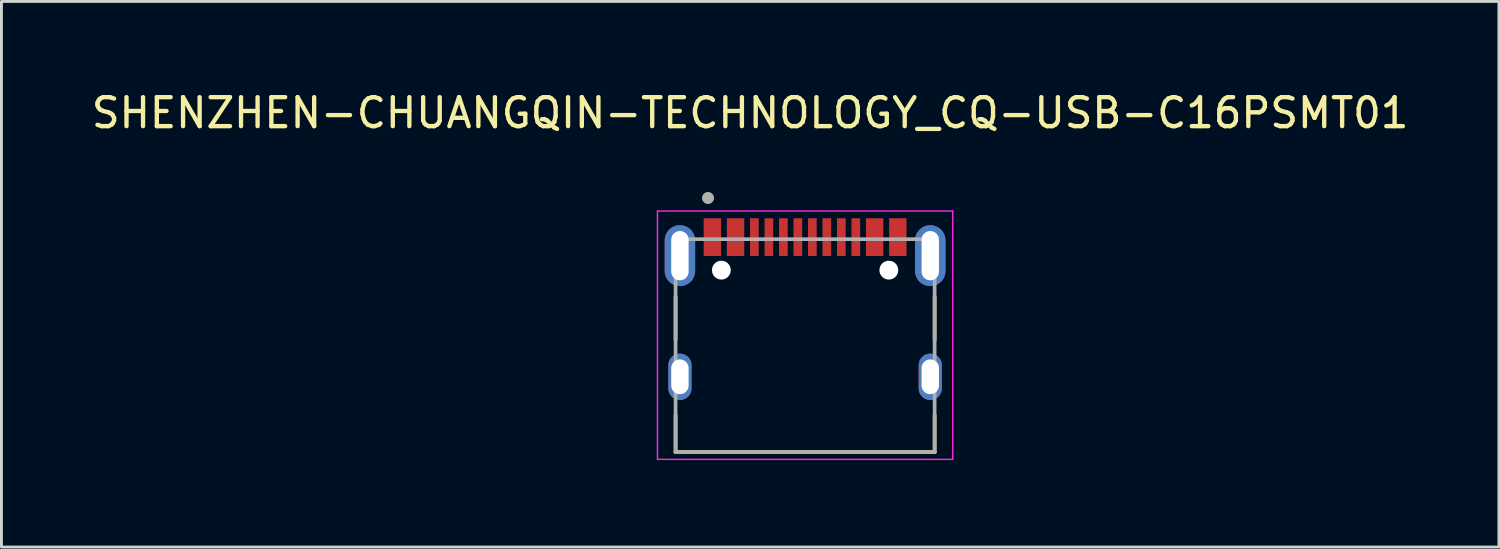
<source format=kicad_pcb>
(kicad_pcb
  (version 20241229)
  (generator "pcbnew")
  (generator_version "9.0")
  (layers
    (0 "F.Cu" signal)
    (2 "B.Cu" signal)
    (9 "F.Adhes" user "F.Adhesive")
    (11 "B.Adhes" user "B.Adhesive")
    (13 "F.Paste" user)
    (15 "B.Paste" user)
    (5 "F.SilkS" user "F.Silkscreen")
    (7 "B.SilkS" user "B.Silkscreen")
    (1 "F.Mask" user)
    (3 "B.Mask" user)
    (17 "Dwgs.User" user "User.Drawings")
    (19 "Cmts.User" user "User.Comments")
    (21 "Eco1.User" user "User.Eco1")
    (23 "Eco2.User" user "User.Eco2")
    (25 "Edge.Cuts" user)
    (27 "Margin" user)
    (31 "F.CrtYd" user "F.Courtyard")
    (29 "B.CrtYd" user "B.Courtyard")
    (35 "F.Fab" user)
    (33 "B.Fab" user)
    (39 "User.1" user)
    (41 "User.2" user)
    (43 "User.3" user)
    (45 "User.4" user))
  (footprint "SHENZHEN-CHUANGQIN-TECHNOLOGY_CQ-USB-C16PSMT01"
    (layer "F.Cu")
    (at 24.734 5.133)
    (property "Reference" "SHENZHEN-CHUANGQIN-TECHNOLOGY_CQ-USB-C16PSMT01" (at -1.895 -4.285 0) (layer "F.SilkS") (effects (font (size 1 1) (thickness 0.15))))
    (attr smd)
    (fp_line (start -4.47 2.05) (end -4.47 3.55) (stroke (width 0.127) (type solid)) (layer "F.SilkS"))
    (fp_line (start -4.47 6.15) (end -4.47 7.42) (stroke (width 0.127) (type solid)) (layer "F.SilkS"))
    (fp_line (start -4.47 7.42) (end 4.47 7.42) (stroke (width 0.127) (type solid)) (layer "F.SilkS"))
    (fp_line (start 4.47 2.05) (end 4.47 3.55) (stroke (width 0.127) (type solid)) (layer "F.SilkS"))
    (fp_line (start 4.47 7.42) (end 4.47 6.15) (stroke (width 0.127) (type solid)) (layer "F.SilkS"))
    (fp_circle (center -3.35 -1.35) (end -3.25 -1.35) (stroke (width 0.2) (type solid)) (fill no) (layer "F.SilkS"))
    (fp_line (start -5.095 -0.9) (end -5.095 7.67) (stroke (width 0.05) (type solid)) (layer "F.CrtYd"))
    (fp_line (start -5.095 7.67) (end 5.095 7.67) (stroke (width 0.05) (type solid)) (layer "F.CrtYd"))
    (fp_line (start 5.095 -0.9) (end -5.095 -0.9) (stroke (width 0.05) (type solid)) (layer "F.CrtYd"))
    (fp_line (start 5.095 7.67) (end 5.095 -0.9) (stroke (width 0.05) (type solid)) (layer "F.CrtYd"))
    (fp_line (start -4.47 0.07) (end -4.47 7.42) (stroke (width 0.127) (type solid)) (layer "F.Fab"))
    (fp_line (start -4.47 7.42) (end 4.47 7.42) (stroke (width 0.127) (type solid)) (layer "F.Fab"))
    (fp_line (start 4.47 0.07) (end -4.47 0.07) (stroke (width 0.127) (type solid)) (layer "F.Fab"))
    (fp_line (start 4.47 7.42) (end 4.47 0.07) (stroke (width 0.127) (type solid)) (layer "F.Fab"))
    (fp_circle (center -3.35 -1.35) (end -3.25 -1.35) (stroke (width 0.2) (type solid)) (fill no) (layer "F.Fab"))
    (pad "" np_thru_hole circle (at -2.89 1.14) (size 0.65 0.65) (drill 0.65) (layers "*.Cu" "*.Mask"))
    (pad "" np_thru_hole circle (at 2.89 1.14) (size 0.65 0.65) (drill 0.65) (layers "*.Cu" "*.Mask"))
    (pad "A1_B12" smd rect (at -3.2 0) (size 0.6 1.3) (layers "F.Cu" "F.Mask" "F.Paste"))
    (pad "A4_B9" smd rect (at -2.4 0) (size 0.6 1.3) (layers "F.Cu" "F.Mask" "F.Paste"))
    (pad "A5" smd rect (at -1.25 0) (size 0.3 1.3) (layers "F.Cu" "F.Mask" "F.Paste"))
    (pad "A6" smd rect (at -0.25 0) (size 0.3 1.3) (layers "F.Cu" "F.Mask" "F.Paste"))
    (pad "A7" smd rect (at 0.25 0) (size 0.3 1.3) (layers "F.Cu" "F.Mask" "F.Paste"))
    (pad "A8" smd rect (at 1.25 0) (size 0.3 1.3) (layers "F.Cu" "F.Mask" "F.Paste"))
    (pad "B1_A12" smd rect (at 3.2 0) (size 0.6 1.3) (layers "F.Cu" "F.Mask" "F.Paste"))
    (pad "B4_A9" smd rect (at 2.4 0) (size 0.6 1.3) (layers "F.Cu" "F.Mask" "F.Paste"))
    (pad "B5" smd rect (at 1.75 0) (size 0.3 1.3) (layers "F.Cu" "F.Mask" "F.Paste"))
    (pad "B6" smd rect (at 0.75 0) (size 0.3 1.3) (layers "F.Cu" "F.Mask" "F.Paste"))
    (pad "B7" smd rect (at -0.75 0) (size 0.3 1.3) (layers "F.Cu" "F.Mask" "F.Paste"))
    (pad "B8" smd rect (at -1.75 0) (size 0.3 1.3) (layers "F.Cu" "F.Mask" "F.Paste"))
    (pad "S1" thru_hole oval (at -4.32 0.64) (size 1.05 2.1) (drill oval 0.6 1.7) (layers "*.Cu" "*.Mask"))
    (pad "S2" thru_hole oval (at 4.32 0.64) (size 1.05 2.1) (drill oval 0.6 1.7) (layers "*.Cu" "*.Mask"))
    (pad "S3" thru_hole oval (at -4.32 4.82) (size 0.8 1.6) (drill oval 0.6 1.2) (layers "*.Cu" "*.Mask"))
    (pad "S4" thru_hole oval (at 4.32 4.82) (size 0.8 1.6) (drill oval 0.6 1.2) (layers "*.Cu" "*.Mask")))
  (gr_rect
    (start -3 -3)
    (end 48.679 15.828)
    (stroke (width 0.1) (type default))
    (fill no)
    (layer "Edge.Cuts")))
</source>
